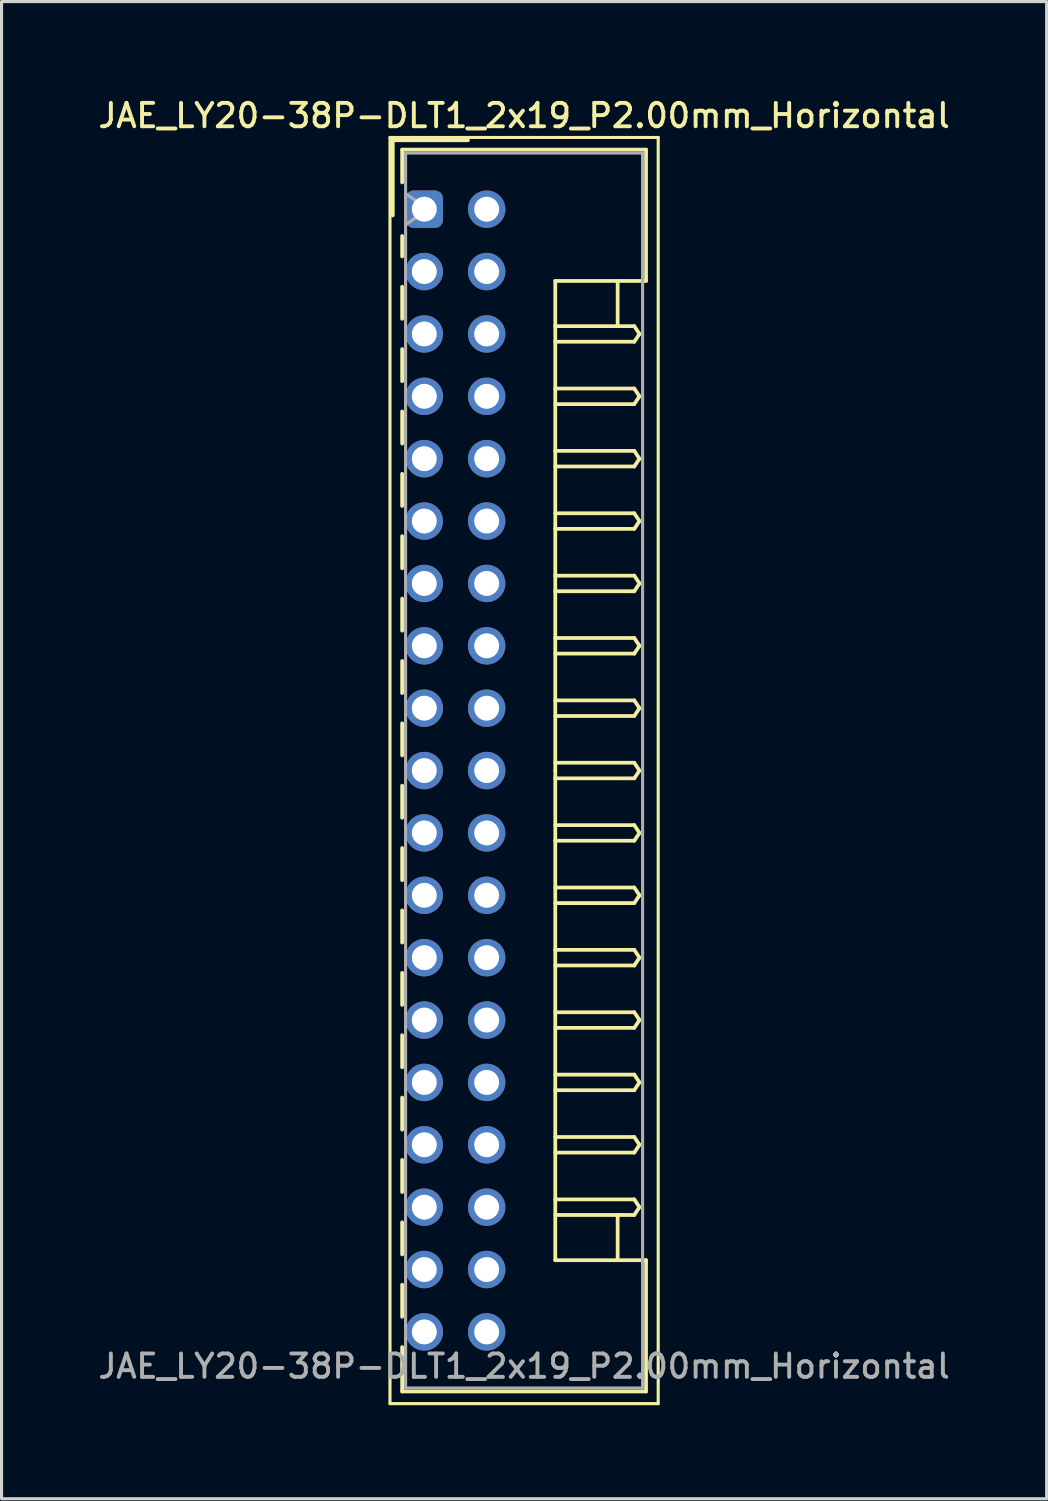
<source format=kicad_pcb>
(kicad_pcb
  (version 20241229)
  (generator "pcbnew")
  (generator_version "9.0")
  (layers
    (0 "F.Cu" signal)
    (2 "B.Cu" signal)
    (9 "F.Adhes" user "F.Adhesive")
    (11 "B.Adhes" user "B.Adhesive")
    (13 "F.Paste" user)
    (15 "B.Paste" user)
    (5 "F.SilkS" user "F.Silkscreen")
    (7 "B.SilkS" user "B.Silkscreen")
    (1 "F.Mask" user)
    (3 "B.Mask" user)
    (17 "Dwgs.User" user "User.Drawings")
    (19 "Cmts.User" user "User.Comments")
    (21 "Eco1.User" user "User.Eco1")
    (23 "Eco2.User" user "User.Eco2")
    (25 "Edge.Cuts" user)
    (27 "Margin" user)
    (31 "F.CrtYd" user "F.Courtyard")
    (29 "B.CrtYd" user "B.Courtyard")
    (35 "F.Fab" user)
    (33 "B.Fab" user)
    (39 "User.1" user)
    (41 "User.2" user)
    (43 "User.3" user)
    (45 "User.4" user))
  (footprint "JAE_LY20-38P-DLT1_2x19_P2.00mm_Horizontal"
    (layer "F.Cu")
    (at 10.555 3.658)
    (property "Reference" "JAE_LY20-38P-DLT1_2x19_P2.00mm_Horizontal" (at 3.2 -3 0) (layer "F.SilkS") (effects (font (size 0.75 0.75) (thickness 0.125))))
    (attr through_hole)
    (fp_line (start -1.1 -2.3) (end -1.1 38.3) (stroke (width 0.1) (type solid)) (layer "F.SilkS"))
    (fp_line (start -1.1 38.3) (end 7.5 38.3) (stroke (width 0.1) (type solid)) (layer "F.SilkS"))
    (fp_line (start -1.01 -2.21) (end -1.01 0.2) (stroke (width 0.12) (type solid)) (layer "F.SilkS"))
    (fp_line (start -0.71 -1.91) (end -0.71 -0.86) (stroke (width 0.12) (type solid)) (layer "F.SilkS"))
    (fp_line (start -0.71 -1.91) (end 7.11 -1.91) (stroke (width 0.12) (type solid)) (layer "F.SilkS"))
    (fp_line (start -0.71 0.86) (end -0.71 1.515) (stroke (width 0.12) (type solid)) (layer "F.SilkS"))
    (fp_line (start -0.71 2.485) (end -0.71 3.515) (stroke (width 0.12) (type solid)) (layer "F.SilkS"))
    (fp_line (start -0.71 4.485) (end -0.71 5.515) (stroke (width 0.12) (type solid)) (layer "F.SilkS"))
    (fp_line (start -0.71 6.485) (end -0.71 7.515) (stroke (width 0.12) (type solid)) (layer "F.SilkS"))
    (fp_line (start -0.71 8.485) (end -0.71 9.515) (stroke (width 0.12) (type solid)) (layer "F.SilkS"))
    (fp_line (start -0.71 10.485) (end -0.71 11.515) (stroke (width 0.12) (type solid)) (layer "F.SilkS"))
    (fp_line (start -0.71 12.485) (end -0.71 13.515) (stroke (width 0.12) (type solid)) (layer "F.SilkS"))
    (fp_line (start -0.71 14.485) (end -0.71 15.515) (stroke (width 0.12) (type solid)) (layer "F.SilkS"))
    (fp_line (start -0.71 16.485) (end -0.71 17.515) (stroke (width 0.12) (type solid)) (layer "F.SilkS"))
    (fp_line (start -0.71 18.485) (end -0.71 19.515) (stroke (width 0.12) (type solid)) (layer "F.SilkS"))
    (fp_line (start -0.71 20.485) (end -0.71 21.515) (stroke (width 0.12) (type solid)) (layer "F.SilkS"))
    (fp_line (start -0.71 22.485) (end -0.71 23.515) (stroke (width 0.12) (type solid)) (layer "F.SilkS"))
    (fp_line (start -0.71 24.485) (end -0.71 25.515) (stroke (width 0.12) (type solid)) (layer "F.SilkS"))
    (fp_line (start -0.71 26.485) (end -0.71 27.515) (stroke (width 0.12) (type solid)) (layer "F.SilkS"))
    (fp_line (start -0.71 28.485) (end -0.71 29.515) (stroke (width 0.12) (type solid)) (layer "F.SilkS"))
    (fp_line (start -0.71 30.485) (end -0.71 31.515) (stroke (width 0.12) (type solid)) (layer "F.SilkS"))
    (fp_line (start -0.71 32.485) (end -0.71 33.515) (stroke (width 0.12) (type solid)) (layer "F.SilkS"))
    (fp_line (start -0.71 34.485) (end -0.71 35.515) (stroke (width 0.12) (type solid)) (layer "F.SilkS"))
    (fp_line (start -0.71 36.485) (end -0.71 37.91) (stroke (width 0.12) (type solid)) (layer "F.SilkS"))
    (fp_line (start -0.71 37.91) (end 7.11 37.91) (stroke (width 0.12) (type solid)) (layer "F.SilkS"))
    (fp_line (start 1.4 -2.21) (end -1.01 -2.21) (stroke (width 0.12) (type solid)) (layer "F.SilkS"))
    (fp_line (start 4.2 2.3) (end 4.2 18) (stroke (width 0.12) (type solid)) (layer "F.SilkS"))
    (fp_line (start 4.2 3.75) (end 6.733 3.75) (stroke (width 0.12) (type solid)) (layer "F.SilkS"))
    (fp_line (start 4.2 5.75) (end 6.733 5.75) (stroke (width 0.12) (type solid)) (layer "F.SilkS"))
    (fp_line (start 4.2 7.75) (end 6.733 7.75) (stroke (width 0.12) (type solid)) (layer "F.SilkS"))
    (fp_line (start 4.2 9.75) (end 6.733 9.75) (stroke (width 0.12) (type solid)) (layer "F.SilkS"))
    (fp_line (start 4.2 11.75) (end 6.733 11.75) (stroke (width 0.12) (type solid)) (layer "F.SilkS"))
    (fp_line (start 4.2 13.75) (end 6.733 13.75) (stroke (width 0.12) (type solid)) (layer "F.SilkS"))
    (fp_line (start 4.2 15.75) (end 6.733 15.75) (stroke (width 0.12) (type solid)) (layer "F.SilkS"))
    (fp_line (start 4.2 17.75) (end 6.733 17.75) (stroke (width 0.12) (type solid)) (layer "F.SilkS"))
    (fp_line (start 4.2 19.75) (end 6.733 19.75) (stroke (width 0.12) (type solid)) (layer "F.SilkS"))
    (fp_line (start 4.2 21.75) (end 6.733 21.75) (stroke (width 0.12) (type solid)) (layer "F.SilkS"))
    (fp_line (start 4.2 23.75) (end 6.733 23.75) (stroke (width 0.12) (type solid)) (layer "F.SilkS"))
    (fp_line (start 4.2 25.75) (end 6.733 25.75) (stroke (width 0.12) (type solid)) (layer "F.SilkS"))
    (fp_line (start 4.2 27.75) (end 6.733 27.75) (stroke (width 0.12) (type solid)) (layer "F.SilkS"))
    (fp_line (start 4.2 29.75) (end 6.733 29.75) (stroke (width 0.12) (type solid)) (layer "F.SilkS"))
    (fp_line (start 4.2 31.75) (end 6.733 31.75) (stroke (width 0.12) (type solid)) (layer "F.SilkS"))
    (fp_line (start 4.2 33.7) (end 4.2 18) (stroke (width 0.12) (type solid)) (layer "F.SilkS"))
    (fp_line (start 6.2 2.3) (end 6.2 3.75) (stroke (width 0.12) (type solid)) (layer "F.SilkS"))
    (fp_line (start 6.2 33.7) (end 6.2 32.25) (stroke (width 0.12) (type solid)) (layer "F.SilkS"))
    (fp_line (start 6.733 3.75) (end 6.9 4) (stroke (width 0.12) (type solid)) (layer "F.SilkS"))
    (fp_line (start 6.733 4.25) (end 4.2 4.25) (stroke (width 0.12) (type solid)) (layer "F.SilkS"))
    (fp_line (start 6.733 5.75) (end 6.9 6) (stroke (width 0.12) (type solid)) (layer "F.SilkS"))
    (fp_line (start 6.733 6.25) (end 4.2 6.25) (stroke (width 0.12) (type solid)) (layer "F.SilkS"))
    (fp_line (start 6.733 7.75) (end 6.9 8) (stroke (width 0.12) (type solid)) (layer "F.SilkS"))
    (fp_line (start 6.733 8.25) (end 4.2 8.25) (stroke (width 0.12) (type solid)) (layer "F.SilkS"))
    (fp_line (start 6.733 9.75) (end 6.9 10) (stroke (width 0.12) (type solid)) (layer "F.SilkS"))
    (fp_line (start 6.733 10.25) (end 4.2 10.25) (stroke (width 0.12) (type solid)) (layer "F.SilkS"))
    (fp_line (start 6.733 11.75) (end 6.9 12) (stroke (width 0.12) (type solid)) (layer "F.SilkS"))
    (fp_line (start 6.733 12.25) (end 4.2 12.25) (stroke (width 0.12) (type solid)) (layer "F.SilkS"))
    (fp_line (start 6.733 13.75) (end 6.9 14) (stroke (width 0.12) (type solid)) (layer "F.SilkS"))
    (fp_line (start 6.733 14.25) (end 4.2 14.25) (stroke (width 0.12) (type solid)) (layer "F.SilkS"))
    (fp_line (start 6.733 15.75) (end 6.9 16) (stroke (width 0.12) (type solid)) (layer "F.SilkS"))
    (fp_line (start 6.733 16.25) (end 4.2 16.25) (stroke (width 0.12) (type solid)) (layer "F.SilkS"))
    (fp_line (start 6.733 17.75) (end 6.9 18) (stroke (width 0.12) (type solid)) (layer "F.SilkS"))
    (fp_line (start 6.733 18.25) (end 4.2 18.25) (stroke (width 0.12) (type solid)) (layer "F.SilkS"))
    (fp_line (start 6.733 19.75) (end 6.9 20) (stroke (width 0.12) (type solid)) (layer "F.SilkS"))
    (fp_line (start 6.733 20.25) (end 4.2 20.25) (stroke (width 0.12) (type solid)) (layer "F.SilkS"))
    (fp_line (start 6.733 21.75) (end 6.9 22) (stroke (width 0.12) (type solid)) (layer "F.SilkS"))
    (fp_line (start 6.733 22.25) (end 4.2 22.25) (stroke (width 0.12) (type solid)) (layer "F.SilkS"))
    (fp_line (start 6.733 23.75) (end 6.9 24) (stroke (width 0.12) (type solid)) (layer "F.SilkS"))
    (fp_line (start 6.733 24.25) (end 4.2 24.25) (stroke (width 0.12) (type solid)) (layer "F.SilkS"))
    (fp_line (start 6.733 25.75) (end 6.9 26) (stroke (width 0.12) (type solid)) (layer "F.SilkS"))
    (fp_line (start 6.733 26.25) (end 4.2 26.25) (stroke (width 0.12) (type solid)) (layer "F.SilkS"))
    (fp_line (start 6.733 27.75) (end 6.9 28) (stroke (width 0.12) (type solid)) (layer "F.SilkS"))
    (fp_line (start 6.733 28.25) (end 4.2 28.25) (stroke (width 0.12) (type solid)) (layer "F.SilkS"))
    (fp_line (start 6.733 29.75) (end 6.9 30) (stroke (width 0.12) (type solid)) (layer "F.SilkS"))
    (fp_line (start 6.733 30.25) (end 4.2 30.25) (stroke (width 0.12) (type solid)) (layer "F.SilkS"))
    (fp_line (start 6.733 31.75) (end 6.9 32) (stroke (width 0.12) (type solid)) (layer "F.SilkS"))
    (fp_line (start 6.733 32.25) (end 4.2 32.25) (stroke (width 0.12) (type solid)) (layer "F.SilkS"))
    (fp_line (start 6.9 4) (end 6.733 4.25) (stroke (width 0.12) (type solid)) (layer "F.SilkS"))
    (fp_line (start 6.9 6) (end 6.733 6.25) (stroke (width 0.12) (type solid)) (layer "F.SilkS"))
    (fp_line (start 6.9 8) (end 6.733 8.25) (stroke (width 0.12) (type solid)) (layer "F.SilkS"))
    (fp_line (start 6.9 10) (end 6.733 10.25) (stroke (width 0.12) (type solid)) (layer "F.SilkS"))
    (fp_line (start 6.9 12) (end 6.733 12.25) (stroke (width 0.12) (type solid)) (layer "F.SilkS"))
    (fp_line (start 6.9 14) (end 6.733 14.25) (stroke (width 0.12) (type solid)) (layer "F.SilkS"))
    (fp_line (start 6.9 16) (end 6.733 16.25) (stroke (width 0.12) (type solid)) (layer "F.SilkS"))
    (fp_line (start 6.9 18) (end 6.733 18.25) (stroke (width 0.12) (type solid)) (layer "F.SilkS"))
    (fp_line (start 6.9 20) (end 6.733 20.25) (stroke (width 0.12) (type solid)) (layer "F.SilkS"))
    (fp_line (start 6.9 22) (end 6.733 22.25) (stroke (width 0.12) (type solid)) (layer "F.SilkS"))
    (fp_line (start 6.9 24) (end 6.733 24.25) (stroke (width 0.12) (type solid)) (layer "F.SilkS"))
    (fp_line (start 6.9 26) (end 6.733 26.25) (stroke (width 0.12) (type solid)) (layer "F.SilkS"))
    (fp_line (start 6.9 28) (end 6.733 28.25) (stroke (width 0.12) (type solid)) (layer "F.SilkS"))
    (fp_line (start 6.9 30) (end 6.733 30.25) (stroke (width 0.12) (type solid)) (layer "F.SilkS"))
    (fp_line (start 6.9 32) (end 6.733 32.25) (stroke (width 0.12) (type solid)) (layer "F.SilkS"))
    (fp_line (start 7.11 -1.91) (end 7.11 2.3) (stroke (width 0.12) (type solid)) (layer "F.SilkS"))
    (fp_line (start 7.11 2.3) (end 4.2 2.3) (stroke (width 0.12) (type solid)) (layer "F.SilkS"))
    (fp_line (start 7.11 33.7) (end 4.2 33.7) (stroke (width 0.12) (type solid)) (layer "F.SilkS"))
    (fp_line (start 7.11 37.91) (end 7.11 33.7) (stroke (width 0.12) (type solid)) (layer "F.SilkS"))
    (fp_line (start 7.5 -2.3) (end -1.1 -2.3) (stroke (width 0.1) (type solid)) (layer "F.SilkS"))
    (fp_line (start 7.5 38.3) (end 7.5 -2.3) (stroke (width 0.1) (type solid)) (layer "F.SilkS"))
    (fp_line (start -0.6 -1.8) (end -0.6 37.8) (stroke (width 0.1) (type solid)) (layer "F.Fab"))
    (fp_line (start -0.6 0.5) (end 0.107 0) (stroke (width 0.1) (type solid)) (layer "F.Fab"))
    (fp_line (start -0.6 37.8) (end 7 37.8) (stroke (width 0.1) (type solid)) (layer "F.Fab"))
    (fp_line (start 0.107 0) (end -0.6 -0.5) (stroke (width 0.1) (type solid)) (layer "F.Fab"))
    (fp_line (start 7 -1.8) (end -0.6 -1.8) (stroke (width 0.1) (type solid)) (layer "F.Fab"))
    (fp_line (start 7 37.8) (end 7 -1.8) (stroke (width 0.1) (type solid)) (layer "F.Fab"))
    (fp_text user "${REFERENCE}" (at 3.2 37.1 0) (layer "F.Fab") (effects (font (size 0.75 0.75) (thickness 0.125))))
    (pad "a1" thru_hole roundrect (at 0 0) (size 1.2 1.2) (drill 0.8) (layers "*.Cu" "*.Mask") (roundrect_rratio 0.208))
    (pad "a2" thru_hole circle (at 0 2) (size 1.2 1.2) (drill 0.8) (layers "*.Cu" "*.Mask"))
    (pad "a3" thru_hole circle (at 0 4) (size 1.2 1.2) (drill 0.8) (layers "*.Cu" "*.Mask"))
    (pad "a4" thru_hole circle (at 0 6) (size 1.2 1.2) (drill 0.8) (layers "*.Cu" "*.Mask"))
    (pad "a5" thru_hole circle (at 0 8) (size 1.2 1.2) (drill 0.8) (layers "*.Cu" "*.Mask"))
    (pad "a6" thru_hole circle (at 0 10) (size 1.2 1.2) (drill 0.8) (layers "*.Cu" "*.Mask"))
    (pad "a7" thru_hole circle (at 0 12) (size 1.2 1.2) (drill 0.8) (layers "*.Cu" "*.Mask"))
    (pad "a8" thru_hole circle (at 0 14) (size 1.2 1.2) (drill 0.8) (layers "*.Cu" "*.Mask"))
    (pad "a9" thru_hole circle (at 0 16) (size 1.2 1.2) (drill 0.8) (layers "*.Cu" "*.Mask"))
    (pad "a10" thru_hole circle (at 0 18) (size 1.2 1.2) (drill 0.8) (layers "*.Cu" "*.Mask"))
    (pad "a11" thru_hole circle (at 0 20) (size 1.2 1.2) (drill 0.8) (layers "*.Cu" "*.Mask"))
    (pad "a12" thru_hole circle (at 0 22) (size 1.2 1.2) (drill 0.8) (layers "*.Cu" "*.Mask"))
    (pad "a13" thru_hole circle (at 0 24) (size 1.2 1.2) (drill 0.8) (layers "*.Cu" "*.Mask"))
    (pad "a14" thru_hole circle (at 0 26) (size 1.2 1.2) (drill 0.8) (layers "*.Cu" "*.Mask"))
    (pad "a15" thru_hole circle (at 0 28) (size 1.2 1.2) (drill 0.8) (layers "*.Cu" "*.Mask"))
    (pad "a16" thru_hole circle (at 0 30) (size 1.2 1.2) (drill 0.8) (layers "*.Cu" "*.Mask"))
    (pad "a17" thru_hole circle (at 0 32) (size 1.2 1.2) (drill 0.8) (layers "*.Cu" "*.Mask"))
    (pad "a18" thru_hole circle (at 0 34) (size 1.2 1.2) (drill 0.8) (layers "*.Cu" "*.Mask"))
    (pad "a19" thru_hole circle (at 0 36) (size 1.2 1.2) (drill 0.8) (layers "*.Cu" "*.Mask"))
    (pad "b1" thru_hole circle (at 2 0) (size 1.2 1.2) (drill 0.8) (layers "*.Cu" "*.Mask"))
    (pad "b2" thru_hole circle (at 2 2) (size 1.2 1.2) (drill 0.8) (layers "*.Cu" "*.Mask"))
    (pad "b3" thru_hole circle (at 2 4) (size 1.2 1.2) (drill 0.8) (layers "*.Cu" "*.Mask"))
    (pad "b4" thru_hole circle (at 2 6) (size 1.2 1.2) (drill 0.8) (layers "*.Cu" "*.Mask"))
    (pad "b5" thru_hole circle (at 2 8) (size 1.2 1.2) (drill 0.8) (layers "*.Cu" "*.Mask"))
    (pad "b6" thru_hole circle (at 2 10) (size 1.2 1.2) (drill 0.8) (layers "*.Cu" "*.Mask"))
    (pad "b7" thru_hole circle (at 2 12) (size 1.2 1.2) (drill 0.8) (layers "*.Cu" "*.Mask"))
    (pad "b8" thru_hole circle (at 2 14) (size 1.2 1.2) (drill 0.8) (layers "*.Cu" "*.Mask"))
    (pad "b9" thru_hole circle (at 2 16) (size 1.2 1.2) (drill 0.8) (layers "*.Cu" "*.Mask"))
    (pad "b10" thru_hole circle (at 2 18) (size 1.2 1.2) (drill 0.8) (layers "*.Cu" "*.Mask"))
    (pad "b11" thru_hole circle (at 2 20) (size 1.2 1.2) (drill 0.8) (layers "*.Cu" "*.Mask"))
    (pad "b12" thru_hole circle (at 2 22) (size 1.2 1.2) (drill 0.8) (layers "*.Cu" "*.Mask"))
    (pad "b13" thru_hole circle (at 2 24) (size 1.2 1.2) (drill 0.8) (layers "*.Cu" "*.Mask"))
    (pad "b14" thru_hole circle (at 2 26) (size 1.2 1.2) (drill 0.8) (layers "*.Cu" "*.Mask"))
    (pad "b15" thru_hole circle (at 2 28) (size 1.2 1.2) (drill 0.8) (layers "*.Cu" "*.Mask"))
    (pad "b16" thru_hole circle (at 2 30) (size 1.2 1.2) (drill 0.8) (layers "*.Cu" "*.Mask"))
    (pad "b17" thru_hole circle (at 2 32) (size 1.2 1.2) (drill 0.8) (layers "*.Cu" "*.Mask"))
    (pad "b18" thru_hole circle (at 2 34) (size 1.2 1.2) (drill 0.8) (layers "*.Cu" "*.Mask"))
    (pad "b19" thru_hole circle (at 2 36) (size 1.2 1.2) (drill 0.8) (layers "*.Cu" "*.Mask")))
  (gr_rect
    (start -3 -3)
    (end 30.511 45.008)
    (stroke (width 0.1) (type default))
    (fill no)
    (layer "Edge.Cuts")))
</source>
